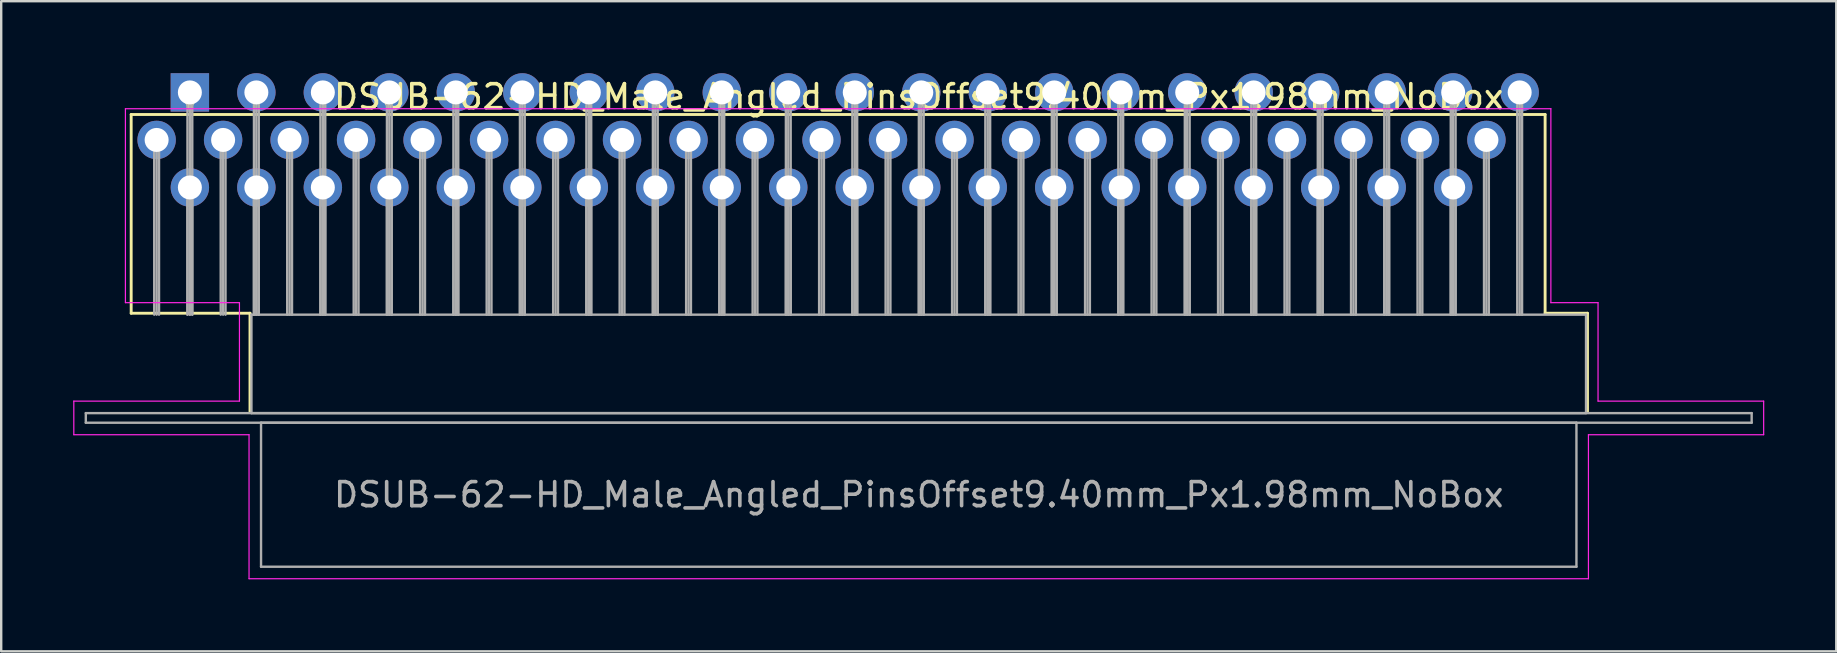
<source format=kicad_pcb>
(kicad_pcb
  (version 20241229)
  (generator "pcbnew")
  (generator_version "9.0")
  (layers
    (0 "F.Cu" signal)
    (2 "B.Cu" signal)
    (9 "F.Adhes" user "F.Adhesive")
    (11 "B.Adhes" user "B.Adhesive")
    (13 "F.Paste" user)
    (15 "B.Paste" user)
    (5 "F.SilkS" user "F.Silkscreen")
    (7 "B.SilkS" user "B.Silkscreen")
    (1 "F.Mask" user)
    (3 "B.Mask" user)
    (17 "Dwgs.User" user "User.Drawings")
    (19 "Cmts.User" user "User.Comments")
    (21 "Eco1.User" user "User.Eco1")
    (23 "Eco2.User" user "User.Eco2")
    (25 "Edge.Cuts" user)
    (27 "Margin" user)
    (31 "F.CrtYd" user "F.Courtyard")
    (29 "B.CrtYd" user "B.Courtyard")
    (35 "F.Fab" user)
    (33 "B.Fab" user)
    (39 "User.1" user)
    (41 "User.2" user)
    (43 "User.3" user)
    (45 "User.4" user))
  (footprint "DSUB-62-HD_Male_Angled_PinsOffset9.40mm_Px1.98mm_NoBox"
    (layer "F.Cu")
    (at 4.86 0.8)
    (property "Reference" "DSUB-62-HD_Male_Angled_PinsOffset9.40mm_Px1.98mm_NoBox" (at 30.365 0.18 0) (layer "F.SilkS") (effects (font (size 1 1) (thickness 0.15))))
    (attr through_hole)
    (fp_line (start -2.445 0.92) (end 56.46 0.92) (stroke (width 0.12) (type solid)) (layer "F.SilkS"))
    (fp_line (start -2.445 9.2) (end -2.445 0.92) (stroke (width 0.12) (type solid)) (layer "F.SilkS"))
    (fp_line (start -0.25 0.226) (end 0.25 0.226) (stroke (width 0.12) (type solid)) (layer "F.SilkS"))
    (fp_line (start 0 0.659) (end -0.25 0.226) (stroke (width 0.12) (type solid)) (layer "F.SilkS"))
    (fp_line (start 0.25 0.226) (end 0 0.659) (stroke (width 0.12) (type solid)) (layer "F.SilkS"))
    (fp_line (start 2.505 9.2) (end -2.445 9.2) (stroke (width 0.12) (type solid)) (layer "F.SilkS"))
    (fp_line (start 2.505 13.3) (end 2.505 9.2) (stroke (width 0.12) (type solid)) (layer "F.SilkS"))
    (fp_line (start 56.46 0.92) (end 56.46 9.2) (stroke (width 0.12) (type solid)) (layer "F.SilkS"))
    (fp_line (start 56.46 9.2) (end 58.225 9.2) (stroke (width 0.12) (type solid)) (layer "F.SilkS"))
    (fp_line (start 58.225 9.2) (end 58.225 13.3) (stroke (width 0.12) (type solid)) (layer "F.SilkS"))
    (fp_line (start -4.835 12.86) (end 2.065 12.86) (stroke (width 0.05) (type solid)) (layer "F.CrtYd"))
    (fp_line (start -4.835 14.26) (end -4.835 12.86) (stroke (width 0.05) (type solid)) (layer "F.CrtYd"))
    (fp_line (start -2.685 0.68) (end 56.7 0.68) (stroke (width 0.05) (type solid)) (layer "F.CrtYd"))
    (fp_line (start -2.685 8.76) (end -2.685 0.68) (stroke (width 0.05) (type solid)) (layer "F.CrtYd"))
    (fp_line (start 2.065 8.76) (end -2.685 8.76) (stroke (width 0.05) (type solid)) (layer "F.CrtYd"))
    (fp_line (start 2.065 12.86) (end 2.065 8.76) (stroke (width 0.05) (type solid)) (layer "F.CrtYd"))
    (fp_line (start 2.465 14.26) (end -4.835 14.26) (stroke (width 0.05) (type solid)) (layer "F.CrtYd"))
    (fp_line (start 2.465 20.26) (end 2.465 14.26) (stroke (width 0.05) (type solid)) (layer "F.CrtYd"))
    (fp_line (start 56.7 0.68) (end 56.7 8.76) (stroke (width 0.05) (type solid)) (layer "F.CrtYd"))
    (fp_line (start 56.7 8.76) (end 58.665 8.76) (stroke (width 0.05) (type solid)) (layer "F.CrtYd"))
    (fp_line (start 58.265 14.26) (end 58.265 20.26) (stroke (width 0.05) (type solid)) (layer "F.CrtYd"))
    (fp_line (start 58.265 20.26) (end 2.465 20.26) (stroke (width 0.05) (type solid)) (layer "F.CrtYd"))
    (fp_line (start 58.665 8.76) (end 58.665 12.86) (stroke (width 0.05) (type solid)) (layer "F.CrtYd"))
    (fp_line (start 58.665 12.86) (end 65.565 12.86) (stroke (width 0.05) (type solid)) (layer "F.CrtYd"))
    (fp_line (start 65.565 12.86) (end 65.565 14.26) (stroke (width 0.05) (type solid)) (layer "F.CrtYd"))
    (fp_line (start 65.565 14.26) (end 58.265 14.26) (stroke (width 0.05) (type solid)) (layer "F.CrtYd"))
    (fp_line (start -4.335 13.36) (end -4.335 13.76) (stroke (width 0.1) (type solid)) (layer "F.Fab"))
    (fp_line (start -4.335 13.76) (end 65.065 13.76) (stroke (width 0.1) (type solid)) (layer "F.Fab"))
    (fp_line (start -1.485 1.98) (end -1.485 9.26) (stroke (width 0.1) (type solid)) (layer "F.Fab"))
    (fp_line (start -1.385 1.98) (end -1.385 9.26) (stroke (width 0.1) (type solid)) (layer "F.Fab"))
    (fp_line (start -1.285 1.98) (end -1.285 9.26) (stroke (width 0.1) (type solid)) (layer "F.Fab"))
    (fp_line (start -0.1 0) (end -0.1 9.26) (stroke (width 0.1) (type solid)) (layer "F.Fab"))
    (fp_line (start -0.1 3.96) (end -0.1 9.26) (stroke (width 0.1) (type solid)) (layer "F.Fab"))
    (fp_line (start 0 0) (end 0 9.26) (stroke (width 0.1) (type solid)) (layer "F.Fab"))
    (fp_line (start 0 3.96) (end 0 9.26) (stroke (width 0.1) (type solid)) (layer "F.Fab"))
    (fp_line (start 0.1 0) (end 0.1 9.26) (stroke (width 0.1) (type solid)) (layer "F.Fab"))
    (fp_line (start 0.1 3.96) (end 0.1 9.26) (stroke (width 0.1) (type solid)) (layer "F.Fab"))
    (fp_line (start 1.285 1.98) (end 1.285 9.26) (stroke (width 0.1) (type solid)) (layer "F.Fab"))
    (fp_line (start 1.385 1.98) (end 1.385 9.26) (stroke (width 0.1) (type solid)) (layer "F.Fab"))
    (fp_line (start 1.485 1.98) (end 1.485 9.26) (stroke (width 0.1) (type solid)) (layer "F.Fab"))
    (fp_line (start 2.565 9.26) (end 2.565 13.36) (stroke (width 0.1) (type solid)) (layer "F.Fab"))
    (fp_line (start 2.565 13.36) (end 58.165 13.36) (stroke (width 0.1) (type solid)) (layer "F.Fab"))
    (fp_line (start 2.67 0) (end 2.67 9.26) (stroke (width 0.1) (type solid)) (layer "F.Fab"))
    (fp_line (start 2.67 3.96) (end 2.67 9.26) (stroke (width 0.1) (type solid)) (layer "F.Fab"))
    (fp_line (start 2.77 0) (end 2.77 9.26) (stroke (width 0.1) (type solid)) (layer "F.Fab"))
    (fp_line (start 2.77 3.96) (end 2.77 9.26) (stroke (width 0.1) (type solid)) (layer "F.Fab"))
    (fp_line (start 2.87 0) (end 2.87 9.26) (stroke (width 0.1) (type solid)) (layer "F.Fab"))
    (fp_line (start 2.87 3.96) (end 2.87 9.26) (stroke (width 0.1) (type solid)) (layer "F.Fab"))
    (fp_line (start 2.965 13.76) (end 2.965 19.76) (stroke (width 0.1) (type solid)) (layer "F.Fab"))
    (fp_line (start 2.965 19.76) (end 57.765 19.76) (stroke (width 0.1) (type solid)) (layer "F.Fab"))
    (fp_line (start 4.055 1.98) (end 4.055 9.26) (stroke (width 0.1) (type solid)) (layer "F.Fab"))
    (fp_line (start 4.155 1.98) (end 4.155 9.26) (stroke (width 0.1) (type solid)) (layer "F.Fab"))
    (fp_line (start 4.255 1.98) (end 4.255 9.26) (stroke (width 0.1) (type solid)) (layer "F.Fab"))
    (fp_line (start 5.44 0) (end 5.44 9.26) (stroke (width 0.1) (type solid)) (layer "F.Fab"))
    (fp_line (start 5.44 3.96) (end 5.44 9.26) (stroke (width 0.1) (type solid)) (layer "F.Fab"))
    (fp_line (start 5.54 0) (end 5.54 9.26) (stroke (width 0.1) (type solid)) (layer "F.Fab"))
    (fp_line (start 5.54 3.96) (end 5.54 9.26) (stroke (width 0.1) (type solid)) (layer "F.Fab"))
    (fp_line (start 5.64 0) (end 5.64 9.26) (stroke (width 0.1) (type solid)) (layer "F.Fab"))
    (fp_line (start 5.64 3.96) (end 5.64 9.26) (stroke (width 0.1) (type solid)) (layer "F.Fab"))
    (fp_line (start 6.825 1.98) (end 6.825 9.26) (stroke (width 0.1) (type solid)) (layer "F.Fab"))
    (fp_line (start 6.925 1.98) (end 6.925 9.26) (stroke (width 0.1) (type solid)) (layer "F.Fab"))
    (fp_line (start 7.025 1.98) (end 7.025 9.26) (stroke (width 0.1) (type solid)) (layer "F.Fab"))
    (fp_line (start 8.21 0) (end 8.21 9.26) (stroke (width 0.1) (type solid)) (layer "F.Fab"))
    (fp_line (start 8.21 3.96) (end 8.21 9.26) (stroke (width 0.1) (type solid)) (layer "F.Fab"))
    (fp_line (start 8.31 0) (end 8.31 9.26) (stroke (width 0.1) (type solid)) (layer "F.Fab"))
    (fp_line (start 8.31 3.96) (end 8.31 9.26) (stroke (width 0.1) (type solid)) (layer "F.Fab"))
    (fp_line (start 8.41 0) (end 8.41 9.26) (stroke (width 0.1) (type solid)) (layer "F.Fab"))
    (fp_line (start 8.41 3.96) (end 8.41 9.26) (stroke (width 0.1) (type solid)) (layer "F.Fab"))
    (fp_line (start 9.595 1.98) (end 9.595 9.26) (stroke (width 0.1) (type solid)) (layer "F.Fab"))
    (fp_line (start 9.695 1.98) (end 9.695 9.26) (stroke (width 0.1) (type solid)) (layer "F.Fab"))
    (fp_line (start 9.795 1.98) (end 9.795 9.26) (stroke (width 0.1) (type solid)) (layer "F.Fab"))
    (fp_line (start 10.98 0) (end 10.98 9.26) (stroke (width 0.1) (type solid)) (layer "F.Fab"))
    (fp_line (start 10.98 3.96) (end 10.98 9.26) (stroke (width 0.1) (type solid)) (layer "F.Fab"))
    (fp_line (start 11.08 0) (end 11.08 9.26) (stroke (width 0.1) (type solid)) (layer "F.Fab"))
    (fp_line (start 11.08 3.96) (end 11.08 9.26) (stroke (width 0.1) (type solid)) (layer "F.Fab"))
    (fp_line (start 11.18 0) (end 11.18 9.26) (stroke (width 0.1) (type solid)) (layer "F.Fab"))
    (fp_line (start 11.18 3.96) (end 11.18 9.26) (stroke (width 0.1) (type solid)) (layer "F.Fab"))
    (fp_line (start 12.365 1.98) (end 12.365 9.26) (stroke (width 0.1) (type solid)) (layer "F.Fab"))
    (fp_line (start 12.465 1.98) (end 12.465 9.26) (stroke (width 0.1) (type solid)) (layer "F.Fab"))
    (fp_line (start 12.565 1.98) (end 12.565 9.26) (stroke (width 0.1) (type solid)) (layer "F.Fab"))
    (fp_line (start 13.75 0) (end 13.75 9.26) (stroke (width 0.1) (type solid)) (layer "F.Fab"))
    (fp_line (start 13.75 3.96) (end 13.75 9.26) (stroke (width 0.1) (type solid)) (layer "F.Fab"))
    (fp_line (start 13.85 0) (end 13.85 9.26) (stroke (width 0.1) (type solid)) (layer "F.Fab"))
    (fp_line (start 13.85 3.96) (end 13.85 9.26) (stroke (width 0.1) (type solid)) (layer "F.Fab"))
    (fp_line (start 13.95 0) (end 13.95 9.26) (stroke (width 0.1) (type solid)) (layer "F.Fab"))
    (fp_line (start 13.95 3.96) (end 13.95 9.26) (stroke (width 0.1) (type solid)) (layer "F.Fab"))
    (fp_line (start 15.135 1.98) (end 15.135 9.26) (stroke (width 0.1) (type solid)) (layer "F.Fab"))
    (fp_line (start 15.235 1.98) (end 15.235 9.26) (stroke (width 0.1) (type solid)) (layer "F.Fab"))
    (fp_line (start 15.335 1.98) (end 15.335 9.26) (stroke (width 0.1) (type solid)) (layer "F.Fab"))
    (fp_line (start 16.52 0) (end 16.52 9.26) (stroke (width 0.1) (type solid)) (layer "F.Fab"))
    (fp_line (start 16.52 3.96) (end 16.52 9.26) (stroke (width 0.1) (type solid)) (layer "F.Fab"))
    (fp_line (start 16.62 0) (end 16.62 9.26) (stroke (width 0.1) (type solid)) (layer "F.Fab"))
    (fp_line (start 16.62 3.96) (end 16.62 9.26) (stroke (width 0.1) (type solid)) (layer "F.Fab"))
    (fp_line (start 16.72 0) (end 16.72 9.26) (stroke (width 0.1) (type solid)) (layer "F.Fab"))
    (fp_line (start 16.72 3.96) (end 16.72 9.26) (stroke (width 0.1) (type solid)) (layer "F.Fab"))
    (fp_line (start 17.905 1.98) (end 17.905 9.26) (stroke (width 0.1) (type solid)) (layer "F.Fab"))
    (fp_line (start 18.005 1.98) (end 18.005 9.26) (stroke (width 0.1) (type solid)) (layer "F.Fab"))
    (fp_line (start 18.105 1.98) (end 18.105 9.26) (stroke (width 0.1) (type solid)) (layer "F.Fab"))
    (fp_line (start 19.29 0) (end 19.29 9.26) (stroke (width 0.1) (type solid)) (layer "F.Fab"))
    (fp_line (start 19.29 3.96) (end 19.29 9.26) (stroke (width 0.1) (type solid)) (layer "F.Fab"))
    (fp_line (start 19.39 0) (end 19.39 9.26) (stroke (width 0.1) (type solid)) (layer "F.Fab"))
    (fp_line (start 19.39 3.96) (end 19.39 9.26) (stroke (width 0.1) (type solid)) (layer "F.Fab"))
    (fp_line (start 19.49 0) (end 19.49 9.26) (stroke (width 0.1) (type solid)) (layer "F.Fab"))
    (fp_line (start 19.49 3.96) (end 19.49 9.26) (stroke (width 0.1) (type solid)) (layer "F.Fab"))
    (fp_line (start 20.675 1.98) (end 20.675 9.26) (stroke (width 0.1) (type solid)) (layer "F.Fab"))
    (fp_line (start 20.775 1.98) (end 20.775 9.26) (stroke (width 0.1) (type solid)) (layer "F.Fab"))
    (fp_line (start 20.875 1.98) (end 20.875 9.26) (stroke (width 0.1) (type solid)) (layer "F.Fab"))
    (fp_line (start 22.06 0) (end 22.06 9.26) (stroke (width 0.1) (type solid)) (layer "F.Fab"))
    (fp_line (start 22.06 3.96) (end 22.06 9.26) (stroke (width 0.1) (type solid)) (layer "F.Fab"))
    (fp_line (start 22.16 0) (end 22.16 9.26) (stroke (width 0.1) (type solid)) (layer "F.Fab"))
    (fp_line (start 22.16 3.96) (end 22.16 9.26) (stroke (width 0.1) (type solid)) (layer "F.Fab"))
    (fp_line (start 22.26 0) (end 22.26 9.26) (stroke (width 0.1) (type solid)) (layer "F.Fab"))
    (fp_line (start 22.26 3.96) (end 22.26 9.26) (stroke (width 0.1) (type solid)) (layer "F.Fab"))
    (fp_line (start 23.445 1.98) (end 23.445 9.26) (stroke (width 0.1) (type solid)) (layer "F.Fab"))
    (fp_line (start 23.545 1.98) (end 23.545 9.26) (stroke (width 0.1) (type solid)) (layer "F.Fab"))
    (fp_line (start 23.645 1.98) (end 23.645 9.26) (stroke (width 0.1) (type solid)) (layer "F.Fab"))
    (fp_line (start 24.83 0) (end 24.83 9.26) (stroke (width 0.1) (type solid)) (layer "F.Fab"))
    (fp_line (start 24.83 3.96) (end 24.83 9.26) (stroke (width 0.1) (type solid)) (layer "F.Fab"))
    (fp_line (start 24.93 0) (end 24.93 9.26) (stroke (width 0.1) (type solid)) (layer "F.Fab"))
    (fp_line (start 24.93 3.96) (end 24.93 9.26) (stroke (width 0.1) (type solid)) (layer "F.Fab"))
    (fp_line (start 25.03 0) (end 25.03 9.26) (stroke (width 0.1) (type solid)) (layer "F.Fab"))
    (fp_line (start 25.03 3.96) (end 25.03 9.26) (stroke (width 0.1) (type solid)) (layer "F.Fab"))
    (fp_line (start 26.215 1.98) (end 26.215 9.26) (stroke (width 0.1) (type solid)) (layer "F.Fab"))
    (fp_line (start 26.315 1.98) (end 26.315 9.26) (stroke (width 0.1) (type solid)) (layer "F.Fab"))
    (fp_line (start 26.415 1.98) (end 26.415 9.26) (stroke (width 0.1) (type solid)) (layer "F.Fab"))
    (fp_line (start 27.6 0) (end 27.6 9.26) (stroke (width 0.1) (type solid)) (layer "F.Fab"))
    (fp_line (start 27.6 3.96) (end 27.6 9.26) (stroke (width 0.1) (type solid)) (layer "F.Fab"))
    (fp_line (start 27.7 0) (end 27.7 9.26) (stroke (width 0.1) (type solid)) (layer "F.Fab"))
    (fp_line (start 27.7 3.96) (end 27.7 9.26) (stroke (width 0.1) (type solid)) (layer "F.Fab"))
    (fp_line (start 27.8 0) (end 27.8 9.26) (stroke (width 0.1) (type solid)) (layer "F.Fab"))
    (fp_line (start 27.8 3.96) (end 27.8 9.26) (stroke (width 0.1) (type solid)) (layer "F.Fab"))
    (fp_line (start 28.985 1.98) (end 28.985 9.26) (stroke (width 0.1) (type solid)) (layer "F.Fab"))
    (fp_line (start 29.085 1.98) (end 29.085 9.26) (stroke (width 0.1) (type solid)) (layer "F.Fab"))
    (fp_line (start 29.185 1.98) (end 29.185 9.26) (stroke (width 0.1) (type solid)) (layer "F.Fab"))
    (fp_line (start 30.37 0) (end 30.37 9.26) (stroke (width 0.1) (type solid)) (layer "F.Fab"))
    (fp_line (start 30.37 3.96) (end 30.37 9.26) (stroke (width 0.1) (type solid)) (layer "F.Fab"))
    (fp_line (start 30.47 0) (end 30.47 9.26) (stroke (width 0.1) (type solid)) (layer "F.Fab"))
    (fp_line (start 30.47 3.96) (end 30.47 9.26) (stroke (width 0.1) (type solid)) (layer "F.Fab"))
    (fp_line (start 30.57 0) (end 30.57 9.26) (stroke (width 0.1) (type solid)) (layer "F.Fab"))
    (fp_line (start 30.57 3.96) (end 30.57 9.26) (stroke (width 0.1) (type solid)) (layer "F.Fab"))
    (fp_line (start 31.755 1.98) (end 31.755 9.26) (stroke (width 0.1) (type solid)) (layer "F.Fab"))
    (fp_line (start 31.855 1.98) (end 31.855 9.26) (stroke (width 0.1) (type solid)) (layer "F.Fab"))
    (fp_line (start 31.955 1.98) (end 31.955 9.26) (stroke (width 0.1) (type solid)) (layer "F.Fab"))
    (fp_line (start 33.14 0) (end 33.14 9.26) (stroke (width 0.1) (type solid)) (layer "F.Fab"))
    (fp_line (start 33.14 3.96) (end 33.14 9.26) (stroke (width 0.1) (type solid)) (layer "F.Fab"))
    (fp_line (start 33.24 0) (end 33.24 9.26) (stroke (width 0.1) (type solid)) (layer "F.Fab"))
    (fp_line (start 33.24 3.96) (end 33.24 9.26) (stroke (width 0.1) (type solid)) (layer "F.Fab"))
    (fp_line (start 33.34 0) (end 33.34 9.26) (stroke (width 0.1) (type solid)) (layer "F.Fab"))
    (fp_line (start 33.34 3.96) (end 33.34 9.26) (stroke (width 0.1) (type solid)) (layer "F.Fab"))
    (fp_line (start 34.525 1.98) (end 34.525 9.26) (stroke (width 0.1) (type solid)) (layer "F.Fab"))
    (fp_line (start 34.625 1.98) (end 34.625 9.26) (stroke (width 0.1) (type solid)) (layer "F.Fab"))
    (fp_line (start 34.725 1.98) (end 34.725 9.26) (stroke (width 0.1) (type solid)) (layer "F.Fab"))
    (fp_line (start 35.91 0) (end 35.91 9.26) (stroke (width 0.1) (type solid)) (layer "F.Fab"))
    (fp_line (start 35.91 3.96) (end 35.91 9.26) (stroke (width 0.1) (type solid)) (layer "F.Fab"))
    (fp_line (start 36.01 0) (end 36.01 9.26) (stroke (width 0.1) (type solid)) (layer "F.Fab"))
    (fp_line (start 36.01 3.96) (end 36.01 9.26) (stroke (width 0.1) (type solid)) (layer "F.Fab"))
    (fp_line (start 36.11 0) (end 36.11 9.26) (stroke (width 0.1) (type solid)) (layer "F.Fab"))
    (fp_line (start 36.11 3.96) (end 36.11 9.26) (stroke (width 0.1) (type solid)) (layer "F.Fab"))
    (fp_line (start 37.295 1.98) (end 37.295 9.26) (stroke (width 0.1) (type solid)) (layer "F.Fab"))
    (fp_line (start 37.395 1.98) (end 37.395 9.26) (stroke (width 0.1) (type solid)) (layer "F.Fab"))
    (fp_line (start 37.495 1.98) (end 37.495 9.26) (stroke (width 0.1) (type solid)) (layer "F.Fab"))
    (fp_line (start 38.68 0) (end 38.68 9.26) (stroke (width 0.1) (type solid)) (layer "F.Fab"))
    (fp_line (start 38.68 3.96) (end 38.68 9.26) (stroke (width 0.1) (type solid)) (layer "F.Fab"))
    (fp_line (start 38.78 0) (end 38.78 9.26) (stroke (width 0.1) (type solid)) (layer "F.Fab"))
    (fp_line (start 38.78 3.96) (end 38.78 9.26) (stroke (width 0.1) (type solid)) (layer "F.Fab"))
    (fp_line (start 38.88 0) (end 38.88 9.26) (stroke (width 0.1) (type solid)) (layer "F.Fab"))
    (fp_line (start 38.88 3.96) (end 38.88 9.26) (stroke (width 0.1) (type solid)) (layer "F.Fab"))
    (fp_line (start 40.065 1.98) (end 40.065 9.26) (stroke (width 0.1) (type solid)) (layer "F.Fab"))
    (fp_line (start 40.165 1.98) (end 40.165 9.26) (stroke (width 0.1) (type solid)) (layer "F.Fab"))
    (fp_line (start 40.265 1.98) (end 40.265 9.26) (stroke (width 0.1) (type solid)) (layer "F.Fab"))
    (fp_line (start 41.45 0) (end 41.45 9.26) (stroke (width 0.1) (type solid)) (layer "F.Fab"))
    (fp_line (start 41.45 3.96) (end 41.45 9.26) (stroke (width 0.1) (type solid)) (layer "F.Fab"))
    (fp_line (start 41.55 0) (end 41.55 9.26) (stroke (width 0.1) (type solid)) (layer "F.Fab"))
    (fp_line (start 41.55 3.96) (end 41.55 9.26) (stroke (width 0.1) (type solid)) (layer "F.Fab"))
    (fp_line (start 41.65 0) (end 41.65 9.26) (stroke (width 0.1) (type solid)) (layer "F.Fab"))
    (fp_line (start 41.65 3.96) (end 41.65 9.26) (stroke (width 0.1) (type solid)) (layer "F.Fab"))
    (fp_line (start 42.835 1.98) (end 42.835 9.26) (stroke (width 0.1) (type solid)) (layer "F.Fab"))
    (fp_line (start 42.935 1.98) (end 42.935 9.26) (stroke (width 0.1) (type solid)) (layer "F.Fab"))
    (fp_line (start 43.035 1.98) (end 43.035 9.26) (stroke (width 0.1) (type solid)) (layer "F.Fab"))
    (fp_line (start 44.22 0) (end 44.22 9.26) (stroke (width 0.1) (type solid)) (layer "F.Fab"))
    (fp_line (start 44.22 3.96) (end 44.22 9.26) (stroke (width 0.1) (type solid)) (layer "F.Fab"))
    (fp_line (start 44.32 0) (end 44.32 9.26) (stroke (width 0.1) (type solid)) (layer "F.Fab"))
    (fp_line (start 44.32 3.96) (end 44.32 9.26) (stroke (width 0.1) (type solid)) (layer "F.Fab"))
    (fp_line (start 44.42 0) (end 44.42 9.26) (stroke (width 0.1) (type solid)) (layer "F.Fab"))
    (fp_line (start 44.42 3.96) (end 44.42 9.26) (stroke (width 0.1) (type solid)) (layer "F.Fab"))
    (fp_line (start 45.605 1.98) (end 45.605 9.26) (stroke (width 0.1) (type solid)) (layer "F.Fab"))
    (fp_line (start 45.705 1.98) (end 45.705 9.26) (stroke (width 0.1) (type solid)) (layer "F.Fab"))
    (fp_line (start 45.805 1.98) (end 45.805 9.26) (stroke (width 0.1) (type solid)) (layer "F.Fab"))
    (fp_line (start 46.99 0) (end 46.99 9.26) (stroke (width 0.1) (type solid)) (layer "F.Fab"))
    (fp_line (start 46.99 3.96) (end 46.99 9.26) (stroke (width 0.1) (type solid)) (layer "F.Fab"))
    (fp_line (start 47.09 0) (end 47.09 9.26) (stroke (width 0.1) (type solid)) (layer "F.Fab"))
    (fp_line (start 47.09 3.96) (end 47.09 9.26) (stroke (width 0.1) (type solid)) (layer "F.Fab"))
    (fp_line (start 47.19 0) (end 47.19 9.26) (stroke (width 0.1) (type solid)) (layer "F.Fab"))
    (fp_line (start 47.19 3.96) (end 47.19 9.26) (stroke (width 0.1) (type solid)) (layer "F.Fab"))
    (fp_line (start 48.375 1.98) (end 48.375 9.26) (stroke (width 0.1) (type solid)) (layer "F.Fab"))
    (fp_line (start 48.475 1.98) (end 48.475 9.26) (stroke (width 0.1) (type solid)) (layer "F.Fab"))
    (fp_line (start 48.575 1.98) (end 48.575 9.26) (stroke (width 0.1) (type solid)) (layer "F.Fab"))
    (fp_line (start 49.76 0) (end 49.76 9.26) (stroke (width 0.1) (type solid)) (layer "F.Fab"))
    (fp_line (start 49.76 3.96) (end 49.76 9.26) (stroke (width 0.1) (type solid)) (layer "F.Fab"))
    (fp_line (start 49.86 0) (end 49.86 9.26) (stroke (width 0.1) (type solid)) (layer "F.Fab"))
    (fp_line (start 49.86 3.96) (end 49.86 9.26) (stroke (width 0.1) (type solid)) (layer "F.Fab"))
    (fp_line (start 49.96 0) (end 49.96 9.26) (stroke (width 0.1) (type solid)) (layer "F.Fab"))
    (fp_line (start 49.96 3.96) (end 49.96 9.26) (stroke (width 0.1) (type solid)) (layer "F.Fab"))
    (fp_line (start 51.145 1.98) (end 51.145 9.26) (stroke (width 0.1) (type solid)) (layer "F.Fab"))
    (fp_line (start 51.245 1.98) (end 51.245 9.26) (stroke (width 0.1) (type solid)) (layer "F.Fab"))
    (fp_line (start 51.345 1.98) (end 51.345 9.26) (stroke (width 0.1) (type solid)) (layer "F.Fab"))
    (fp_line (start 52.53 0) (end 52.53 9.26) (stroke (width 0.1) (type solid)) (layer "F.Fab"))
    (fp_line (start 52.53 3.96) (end 52.53 9.26) (stroke (width 0.1) (type solid)) (layer "F.Fab"))
    (fp_line (start 52.63 0) (end 52.63 9.26) (stroke (width 0.1) (type solid)) (layer "F.Fab"))
    (fp_line (start 52.63 3.96) (end 52.63 9.26) (stroke (width 0.1) (type solid)) (layer "F.Fab"))
    (fp_line (start 52.73 0) (end 52.73 9.26) (stroke (width 0.1) (type solid)) (layer "F.Fab"))
    (fp_line (start 52.73 3.96) (end 52.73 9.26) (stroke (width 0.1) (type solid)) (layer "F.Fab"))
    (fp_line (start 53.915 1.98) (end 53.915 9.26) (stroke (width 0.1) (type solid)) (layer "F.Fab"))
    (fp_line (start 54.015 1.98) (end 54.015 9.26) (stroke (width 0.1) (type solid)) (layer "F.Fab"))
    (fp_line (start 54.115 1.98) (end 54.115 9.26) (stroke (width 0.1) (type solid)) (layer "F.Fab"))
    (fp_line (start 55.3 0) (end 55.3 9.26) (stroke (width 0.1) (type solid)) (layer "F.Fab"))
    (fp_line (start 55.4 0) (end 55.4 9.26) (stroke (width 0.1) (type solid)) (layer "F.Fab"))
    (fp_line (start 55.5 0) (end 55.5 9.26) (stroke (width 0.1) (type solid)) (layer "F.Fab"))
    (fp_line (start 57.765 13.76) (end 2.965 13.76) (stroke (width 0.1) (type solid)) (layer "F.Fab"))
    (fp_line (start 57.765 19.76) (end 57.765 13.76) (stroke (width 0.1) (type solid)) (layer "F.Fab"))
    (fp_line (start 58.165 9.26) (end 2.565 9.26) (stroke (width 0.1) (type solid)) (layer "F.Fab"))
    (fp_line (start 58.165 13.36) (end 58.165 9.26) (stroke (width 0.1) (type solid)) (layer "F.Fab"))
    (fp_line (start 65.065 13.36) (end -4.335 13.36) (stroke (width 0.1) (type solid)) (layer "F.Fab"))
    (fp_line (start 65.065 13.76) (end 65.065 13.36) (stroke (width 0.1) (type solid)) (layer "F.Fab"))
    (fp_text user "${REFERENCE}" (at 30.365 16.76 0) (layer "F.Fab") (effects (font (size 1 1) (thickness 0.15))))
    (pad "1" thru_hole rect (at 0 0) (size 1.6 1.6) (drill 1) (layers "*.Cu" "*.Mask"))
    (pad "2" thru_hole circle (at 2.77 0) (size 1.6 1.6) (drill 1) (layers "*.Cu" "*.Mask"))
    (pad "3" thru_hole circle (at 5.54 0) (size 1.6 1.6) (drill 1) (layers "*.Cu" "*.Mask"))
    (pad "4" thru_hole circle (at 8.31 0) (size 1.6 1.6) (drill 1) (layers "*.Cu" "*.Mask"))
    (pad "5" thru_hole circle (at 11.08 0) (size 1.6 1.6) (drill 1) (layers "*.Cu" "*.Mask"))
    (pad "6" thru_hole circle (at 13.85 0) (size 1.6 1.6) (drill 1) (layers "*.Cu" "*.Mask"))
    (pad "7" thru_hole circle (at 16.62 0) (size 1.6 1.6) (drill 1) (layers "*.Cu" "*.Mask"))
    (pad "8" thru_hole circle (at 19.39 0) (size 1.6 1.6) (drill 1) (layers "*.Cu" "*.Mask"))
    (pad "9" thru_hole circle (at 22.16 0) (size 1.6 1.6) (drill 1) (layers "*.Cu" "*.Mask"))
    (pad "10" thru_hole circle (at 24.93 0) (size 1.6 1.6) (drill 1) (layers "*.Cu" "*.Mask"))
    (pad "11" thru_hole circle (at 27.7 0) (size 1.6 1.6) (drill 1) (layers "*.Cu" "*.Mask"))
    (pad "12" thru_hole circle (at 30.47 0) (size 1.6 1.6) (drill 1) (layers "*.Cu" "*.Mask"))
    (pad "13" thru_hole circle (at 33.24 0) (size 1.6 1.6) (drill 1) (layers "*.Cu" "*.Mask"))
    (pad "14" thru_hole circle (at 36.01 0) (size 1.6 1.6) (drill 1) (layers "*.Cu" "*.Mask"))
    (pad "15" thru_hole circle (at 38.78 0) (size 1.6 1.6) (drill 1) (layers "*.Cu" "*.Mask"))
    (pad "16" thru_hole circle (at 41.55 0) (size 1.6 1.6) (drill 1) (layers "*.Cu" "*.Mask"))
    (pad "17" thru_hole circle (at 44.32 0) (size 1.6 1.6) (drill 1) (layers "*.Cu" "*.Mask"))
    (pad "18" thru_hole circle (at 47.09 0) (size 1.6 1.6) (drill 1) (layers "*.Cu" "*.Mask"))
    (pad "19" thru_hole circle (at 49.86 0) (size 1.6 1.6) (drill 1) (layers "*.Cu" "*.Mask"))
    (pad "20" thru_hole circle (at 52.63 0) (size 1.6 1.6) (drill 1) (layers "*.Cu" "*.Mask"))
    (pad "21" thru_hole circle (at 55.4 0) (size 1.6 1.6) (drill 1) (layers "*.Cu" "*.Mask"))
    (pad "22" thru_hole circle (at -1.385 1.98) (size 1.6 1.6) (drill 1) (layers "*.Cu" "*.Mask"))
    (pad "23" thru_hole circle (at 1.385 1.98) (size 1.6 1.6) (drill 1) (layers "*.Cu" "*.Mask"))
    (pad "24" thru_hole circle (at 4.155 1.98) (size 1.6 1.6) (drill 1) (layers "*.Cu" "*.Mask"))
    (pad "25" thru_hole circle (at 6.925 1.98) (size 1.6 1.6) (drill 1) (layers "*.Cu" "*.Mask"))
    (pad "26" thru_hole circle (at 9.695 1.98) (size 1.6 1.6) (drill 1) (layers "*.Cu" "*.Mask"))
    (pad "27" thru_hole circle (at 12.465 1.98) (size 1.6 1.6) (drill 1) (layers "*.Cu" "*.Mask"))
    (pad "28" thru_hole circle (at 15.235 1.98) (size 1.6 1.6) (drill 1) (layers "*.Cu" "*.Mask"))
    (pad "29" thru_hole circle (at 18.005 1.98) (size 1.6 1.6) (drill 1) (layers "*.Cu" "*.Mask"))
    (pad "30" thru_hole circle (at 20.775 1.98) (size 1.6 1.6) (drill 1) (layers "*.Cu" "*.Mask"))
    (pad "31" thru_hole circle (at 23.545 1.98) (size 1.6 1.6) (drill 1) (layers "*.Cu" "*.Mask"))
    (pad "32" thru_hole circle (at 26.315 1.98) (size 1.6 1.6) (drill 1) (layers "*.Cu" "*.Mask"))
    (pad "33" thru_hole circle (at 29.085 1.98) (size 1.6 1.6) (drill 1) (layers "*.Cu" "*.Mask"))
    (pad "34" thru_hole circle (at 31.855 1.98) (size 1.6 1.6) (drill 1) (layers "*.Cu" "*.Mask"))
    (pad "35" thru_hole circle (at 34.625 1.98) (size 1.6 1.6) (drill 1) (layers "*.Cu" "*.Mask"))
    (pad "36" thru_hole circle (at 37.395 1.98) (size 1.6 1.6) (drill 1) (layers "*.Cu" "*.Mask"))
    (pad "37" thru_hole circle (at 40.165 1.98) (size 1.6 1.6) (drill 1) (layers "*.Cu" "*.Mask"))
    (pad "38" thru_hole circle (at 42.935 1.98) (size 1.6 1.6) (drill 1) (layers "*.Cu" "*.Mask"))
    (pad "39" thru_hole circle (at 45.705 1.98) (size 1.6 1.6) (drill 1) (layers "*.Cu" "*.Mask"))
    (pad "40" thru_hole circle (at 48.475 1.98) (size 1.6 1.6) (drill 1) (layers "*.Cu" "*.Mask"))
    (pad "41" thru_hole circle (at 51.245 1.98) (size 1.6 1.6) (drill 1) (layers "*.Cu" "*.Mask"))
    (pad "42" thru_hole circle (at 54.015 1.98) (size 1.6 1.6) (drill 1) (layers "*.Cu" "*.Mask"))
    (pad "43" thru_hole circle (at 0 3.96) (size 1.6 1.6) (drill 1) (layers "*.Cu" "*.Mask"))
    (pad "44" thru_hole circle (at 2.77 3.96) (size 1.6 1.6) (drill 1) (layers "*.Cu" "*.Mask"))
    (pad "45" thru_hole circle (at 5.54 3.96) (size 1.6 1.6) (drill 1) (layers "*.Cu" "*.Mask"))
    (pad "46" thru_hole circle (at 8.31 3.96) (size 1.6 1.6) (drill 1) (layers "*.Cu" "*.Mask"))
    (pad "47" thru_hole circle (at 11.08 3.96) (size 1.6 1.6) (drill 1) (layers "*.Cu" "*.Mask"))
    (pad "48" thru_hole circle (at 13.85 3.96) (size 1.6 1.6) (drill 1) (layers "*.Cu" "*.Mask"))
    (pad "49" thru_hole circle (at 16.62 3.96) (size 1.6 1.6) (drill 1) (layers "*.Cu" "*.Mask"))
    (pad "50" thru_hole circle (at 19.39 3.96) (size 1.6 1.6) (drill 1) (layers "*.Cu" "*.Mask"))
    (pad "51" thru_hole circle (at 22.16 3.96) (size 1.6 1.6) (drill 1) (layers "*.Cu" "*.Mask"))
    (pad "52" thru_hole circle (at 24.93 3.96) (size 1.6 1.6) (drill 1) (layers "*.Cu" "*.Mask"))
    (pad "53" thru_hole circle (at 27.7 3.96) (size 1.6 1.6) (drill 1) (layers "*.Cu" "*.Mask"))
    (pad "54" thru_hole circle (at 30.47 3.96) (size 1.6 1.6) (drill 1) (layers "*.Cu" "*.Mask"))
    (pad "55" thru_hole circle (at 33.24 3.96) (size 1.6 1.6) (drill 1) (layers "*.Cu" "*.Mask"))
    (pad "56" thru_hole circle (at 36.01 3.96) (size 1.6 1.6) (drill 1) (layers "*.Cu" "*.Mask"))
    (pad "57" thru_hole circle (at 38.78 3.96) (size 1.6 1.6) (drill 1) (layers "*.Cu" "*.Mask"))
    (pad "58" thru_hole circle (at 41.55 3.96) (size 1.6 1.6) (drill 1) (layers "*.Cu" "*.Mask"))
    (pad "59" thru_hole circle (at 44.32 3.96) (size 1.6 1.6) (drill 1) (layers "*.Cu" "*.Mask"))
    (pad "60" thru_hole circle (at 47.09 3.96) (size 1.6 1.6) (drill 1) (layers "*.Cu" "*.Mask"))
    (pad "61" thru_hole circle (at 49.86 3.96) (size 1.6 1.6) (drill 1) (layers "*.Cu" "*.Mask"))
    (pad "62" thru_hole circle (at 52.63 3.96) (size 1.6 1.6) (drill 1) (layers "*.Cu" "*.Mask")))
  (gr_rect
    (start -3 -3)
    (end 73.45 24.085)
    (stroke (width 0.1) (type default))
    (fill no)
    (layer "Edge.Cuts")))
</source>
